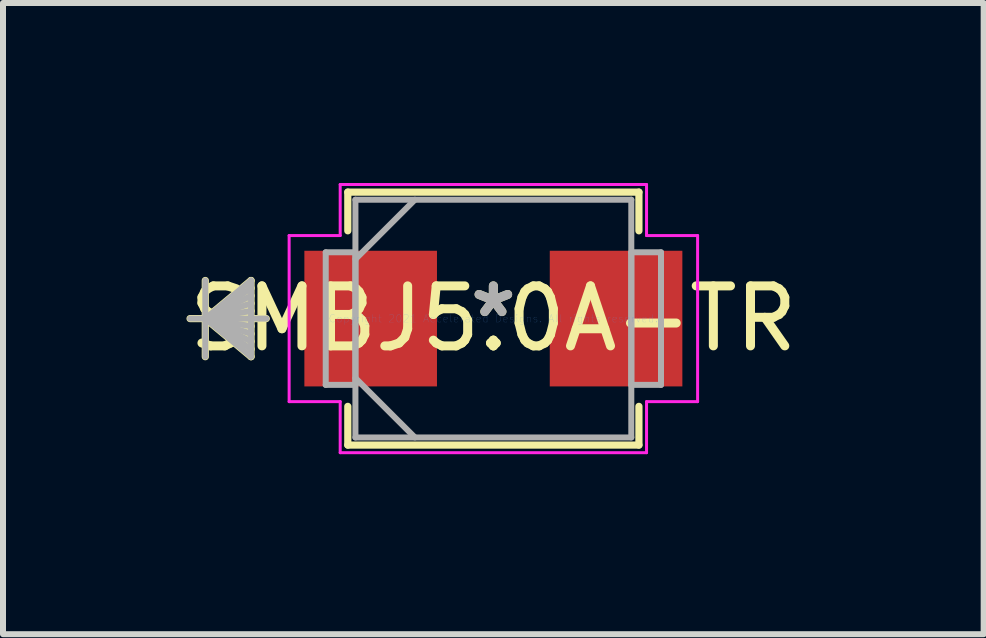
<source format=kicad_pcb>
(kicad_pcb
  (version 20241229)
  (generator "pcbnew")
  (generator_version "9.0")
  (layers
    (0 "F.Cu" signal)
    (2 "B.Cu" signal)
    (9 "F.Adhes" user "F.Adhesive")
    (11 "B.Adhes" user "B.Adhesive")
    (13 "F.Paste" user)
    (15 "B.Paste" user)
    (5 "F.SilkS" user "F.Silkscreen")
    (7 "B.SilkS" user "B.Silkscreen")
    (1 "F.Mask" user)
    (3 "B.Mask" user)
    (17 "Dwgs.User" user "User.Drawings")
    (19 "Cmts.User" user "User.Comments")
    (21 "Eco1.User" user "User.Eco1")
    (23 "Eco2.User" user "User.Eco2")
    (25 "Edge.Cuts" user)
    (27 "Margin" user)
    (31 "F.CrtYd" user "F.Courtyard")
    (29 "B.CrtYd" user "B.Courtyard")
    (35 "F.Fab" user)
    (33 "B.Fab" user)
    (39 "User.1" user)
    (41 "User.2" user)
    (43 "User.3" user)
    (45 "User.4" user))
  (footprint "SMBJ5.0A-TR"
    (layer "F.Cu")
    (at 5.173 2.26)
    (property "Reference" "SMBJ5.0A-TR" (at 0 0 0) (layer "F.SilkS") (effects (font (size 1 1) (thickness 0.15))))
    (attr through_hole)
    (fp_line (start -4.801 -0.635) (end -4.801 0.635) (stroke (width 0.12) (type solid)) (layer "F.SilkS"))
    (fp_line (start -4.801 0) (end -4.039 -0.635) (stroke (width 0.12) (type solid)) (layer "F.SilkS"))
    (fp_line (start -4.801 0) (end -4.039 -0.508) (stroke (width 0.12) (type solid)) (layer "F.SilkS"))
    (fp_line (start -4.801 0) (end -4.039 -0.381) (stroke (width 0.12) (type solid)) (layer "F.SilkS"))
    (fp_line (start -4.801 0) (end -4.039 -0.254) (stroke (width 0.12) (type solid)) (layer "F.SilkS"))
    (fp_line (start -4.801 0) (end -4.039 -0.127) (stroke (width 0.12) (type solid)) (layer "F.SilkS"))
    (fp_line (start -4.801 0) (end -4.039 0.127) (stroke (width 0.12) (type solid)) (layer "F.SilkS"))
    (fp_line (start -4.801 0) (end -4.039 0.254) (stroke (width 0.12) (type solid)) (layer "F.SilkS"))
    (fp_line (start -4.801 0) (end -4.039 0.381) (stroke (width 0.12) (type solid)) (layer "F.SilkS"))
    (fp_line (start -4.801 0) (end -4.039 0.508) (stroke (width 0.12) (type solid)) (layer "F.SilkS"))
    (fp_line (start -4.801 0) (end -4.039 0.635) (stroke (width 0.12) (type solid)) (layer "F.SilkS"))
    (fp_line (start -4.039 -0.635) (end -4.039 0.635) (stroke (width 0.12) (type solid)) (layer "F.SilkS"))
    (fp_line (start -3.785 0) (end -5.055 0) (stroke (width 0.12) (type solid)) (layer "F.SilkS"))
    (fp_line (start -2.426 -2.108) (end -2.426 -1.463) (stroke (width 0.12) (type solid)) (layer "F.SilkS"))
    (fp_line (start -2.426 1.463) (end -2.426 2.108) (stroke (width 0.12) (type solid)) (layer "F.SilkS"))
    (fp_line (start -2.426 2.108) (end 2.426 2.108) (stroke (width 0.12) (type solid)) (layer "F.SilkS"))
    (fp_line (start 2.426 -2.108) (end -2.426 -2.108) (stroke (width 0.12) (type solid)) (layer "F.SilkS"))
    (fp_line (start 2.426 -1.463) (end 2.426 -2.108) (stroke (width 0.12) (type solid)) (layer "F.SilkS"))
    (fp_line (start 2.426 2.108) (end 2.426 1.463) (stroke (width 0.12) (type solid)) (layer "F.SilkS"))
    (fp_line (start -3.404 -1.384) (end -2.553 -1.384) (stroke (width 0.05) (type solid)) (layer "F.CrtYd"))
    (fp_line (start -3.404 1.384) (end -3.404 -1.384) (stroke (width 0.05) (type solid)) (layer "F.CrtYd"))
    (fp_line (start -2.553 -2.235) (end 2.553 -2.235) (stroke (width 0.05) (type solid)) (layer "F.CrtYd"))
    (fp_line (start -2.553 -1.384) (end -2.553 -2.235) (stroke (width 0.05) (type solid)) (layer "F.CrtYd"))
    (fp_line (start -2.553 1.384) (end -3.404 1.384) (stroke (width 0.05) (type solid)) (layer "F.CrtYd"))
    (fp_line (start -2.553 2.235) (end -2.553 1.384) (stroke (width 0.05) (type solid)) (layer "F.CrtYd"))
    (fp_line (start 2.553 -2.235) (end 2.553 -1.384) (stroke (width 0.05) (type solid)) (layer "F.CrtYd"))
    (fp_line (start 2.553 -1.384) (end 3.404 -1.384) (stroke (width 0.05) (type solid)) (layer "F.CrtYd"))
    (fp_line (start 2.553 1.384) (end 2.553 2.235) (stroke (width 0.05) (type solid)) (layer "F.CrtYd"))
    (fp_line (start 2.553 2.235) (end -2.553 2.235) (stroke (width 0.05) (type solid)) (layer "F.CrtYd"))
    (fp_line (start 3.404 -1.384) (end 3.404 1.384) (stroke (width 0.05) (type solid)) (layer "F.CrtYd"))
    (fp_line (start 3.404 1.384) (end 2.553 1.384) (stroke (width 0.05) (type solid)) (layer "F.CrtYd"))
    (fp_line (start -4.801 -0.635) (end -4.801 0.635) (stroke (width 0.1) (type solid)) (layer "F.Fab"))
    (fp_line (start -4.801 0) (end -4.039 -0.635) (stroke (width 0.1) (type solid)) (layer "F.Fab"))
    (fp_line (start -4.801 0) (end -4.039 -0.508) (stroke (width 0.1) (type solid)) (layer "F.Fab"))
    (fp_line (start -4.801 0) (end -4.039 -0.381) (stroke (width 0.1) (type solid)) (layer "F.Fab"))
    (fp_line (start -4.801 0) (end -4.039 -0.254) (stroke (width 0.1) (type solid)) (layer "F.Fab"))
    (fp_line (start -4.801 0) (end -4.039 -0.127) (stroke (width 0.1) (type solid)) (layer "F.Fab"))
    (fp_line (start -4.801 0) (end -4.039 0.127) (stroke (width 0.1) (type solid)) (layer "F.Fab"))
    (fp_line (start -4.801 0) (end -4.039 0.254) (stroke (width 0.1) (type solid)) (layer "F.Fab"))
    (fp_line (start -4.801 0) (end -4.039 0.381) (stroke (width 0.1) (type solid)) (layer "F.Fab"))
    (fp_line (start -4.801 0) (end -4.039 0.508) (stroke (width 0.1) (type solid)) (layer "F.Fab"))
    (fp_line (start -4.801 0) (end -4.039 0.635) (stroke (width 0.1) (type solid)) (layer "F.Fab"))
    (fp_line (start -4.039 -0.635) (end -4.039 0.635) (stroke (width 0.1) (type solid)) (layer "F.Fab"))
    (fp_line (start -3.785 0) (end -5.055 0) (stroke (width 0.1) (type solid)) (layer "F.Fab"))
    (fp_line (start -2.794 -1.105) (end -2.794 1.105) (stroke (width 0.1) (type solid)) (layer "F.Fab"))
    (fp_line (start -2.794 1.105) (end -2.299 1.105) (stroke (width 0.1) (type solid)) (layer "F.Fab"))
    (fp_line (start -2.299 -1.981) (end -2.299 1.981) (stroke (width 0.1) (type solid)) (layer "F.Fab"))
    (fp_line (start -2.299 -1.105) (end -2.794 -1.105) (stroke (width 0.1) (type solid)) (layer "F.Fab"))
    (fp_line (start -2.299 -0.991) (end -1.308 -1.981) (stroke (width 0.1) (type solid)) (layer "F.Fab"))
    (fp_line (start -2.299 0.991) (end -1.308 1.981) (stroke (width 0.1) (type solid)) (layer "F.Fab"))
    (fp_line (start -2.299 1.105) (end -2.299 -1.105) (stroke (width 0.1) (type solid)) (layer "F.Fab"))
    (fp_line (start -2.299 1.981) (end 2.299 1.981) (stroke (width 0.1) (type solid)) (layer "F.Fab"))
    (fp_line (start 2.299 -1.981) (end -2.299 -1.981) (stroke (width 0.1) (type solid)) (layer "F.Fab"))
    (fp_line (start 2.299 -1.105) (end 2.299 1.105) (stroke (width 0.1) (type solid)) (layer "F.Fab"))
    (fp_line (start 2.299 1.105) (end 2.794 1.105) (stroke (width 0.1) (type solid)) (layer "F.Fab"))
    (fp_line (start 2.299 1.981) (end 2.299 -1.981) (stroke (width 0.1) (type solid)) (layer "F.Fab"))
    (fp_line (start 2.794 -1.105) (end 2.299 -1.105) (stroke (width 0.1) (type solid)) (layer "F.Fab"))
    (fp_line (start 2.794 1.105) (end 2.794 -1.105) (stroke (width 0.1) (type solid)) (layer "F.Fab"))
    (fp_text user "*" (at 0 0 0) (layer "F.SilkS") (effects (font (size 1 1) (thickness 0.15))))
    (fp_text user "Copyright 2021 Accelerated Designs. All rights reserved." (at 0 0 0) (layer "Cmts.User") (effects (font (size 0.127 0.127) (thickness 0.002))))
    (fp_text user "*" (at 0 0 0) (layer "F.Fab") (effects (font (size 1 1) (thickness 0.15))))
    (pad "1" smd rect (at -2.045 0) (size 2.21 2.261) (layers "F.Cu" "F.Mask" "F.Paste"))
    (pad "2" smd rect (at 2.045 0) (size 2.21 2.261) (layers "F.Cu" "F.Mask" "F.Paste")))
  (gr_rect
    (start -3 -3)
    (end 13.345 7.52)
    (stroke (width 0.1) (type default))
    (fill no)
    (layer "Edge.Cuts")))
</source>
